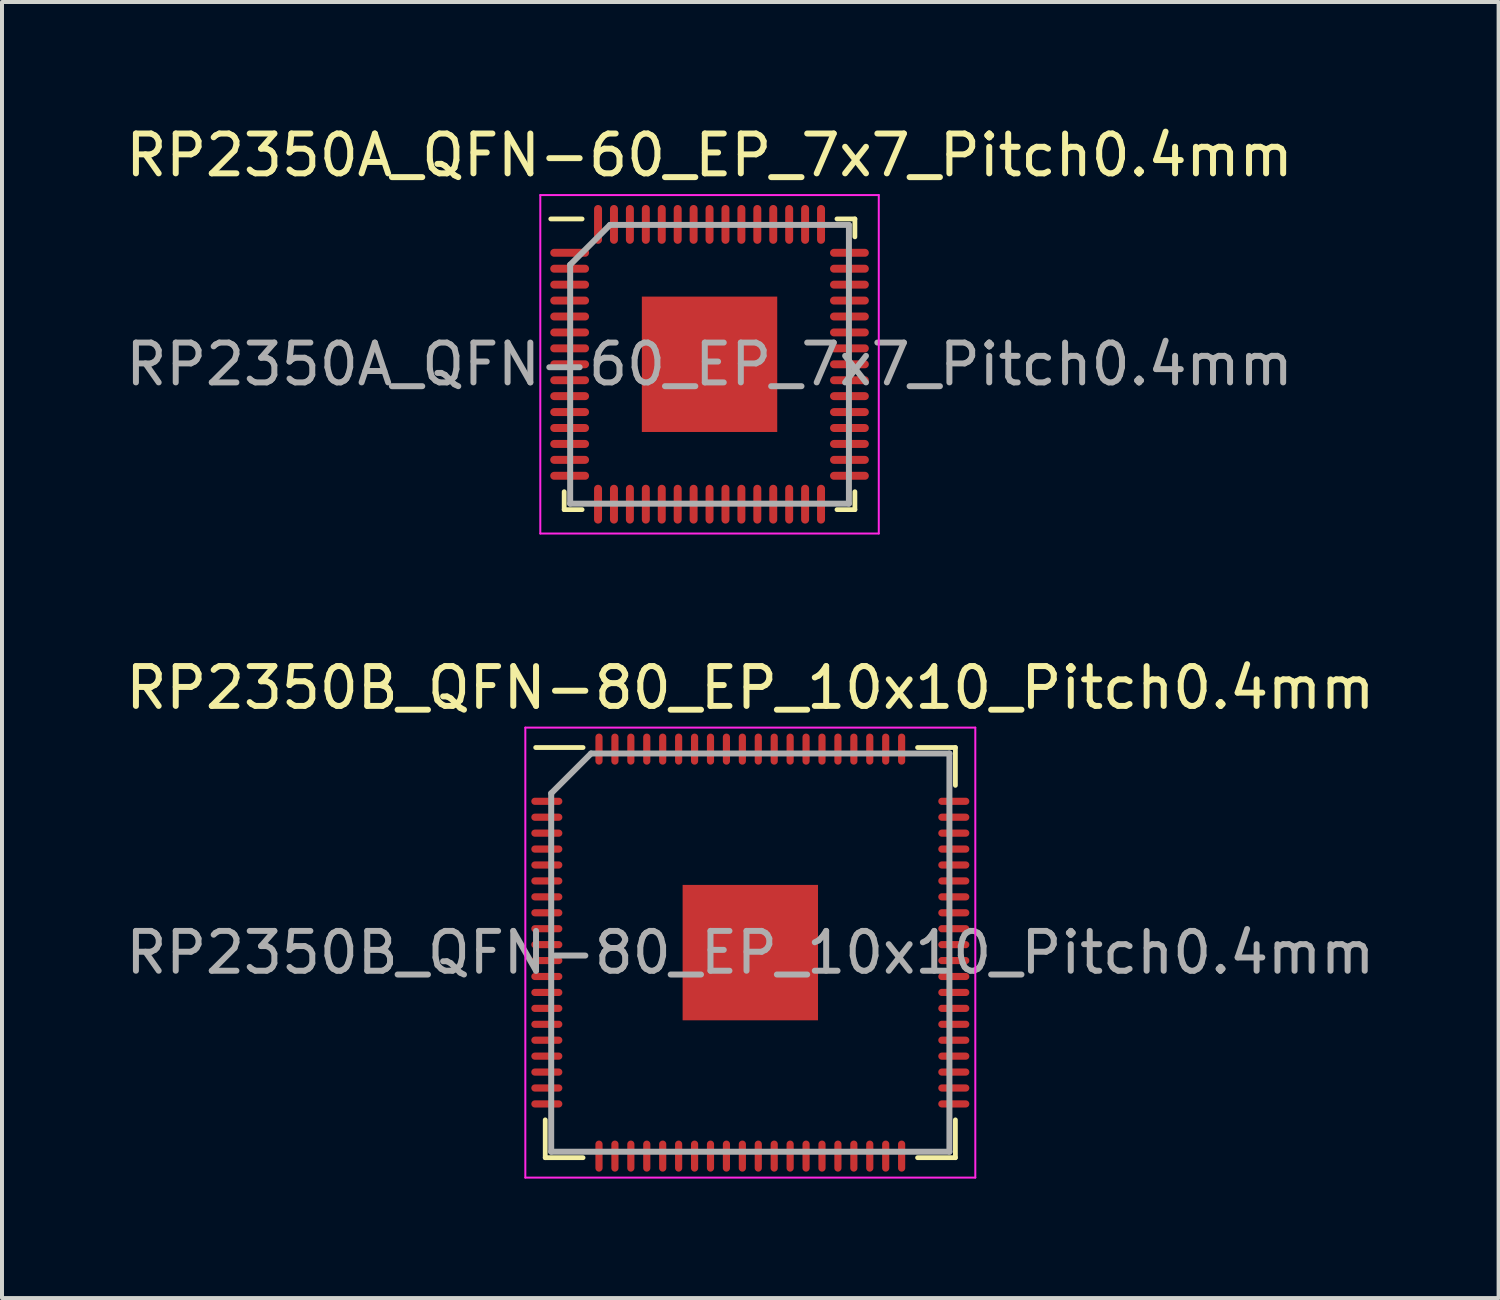
<source format=kicad_pcb>
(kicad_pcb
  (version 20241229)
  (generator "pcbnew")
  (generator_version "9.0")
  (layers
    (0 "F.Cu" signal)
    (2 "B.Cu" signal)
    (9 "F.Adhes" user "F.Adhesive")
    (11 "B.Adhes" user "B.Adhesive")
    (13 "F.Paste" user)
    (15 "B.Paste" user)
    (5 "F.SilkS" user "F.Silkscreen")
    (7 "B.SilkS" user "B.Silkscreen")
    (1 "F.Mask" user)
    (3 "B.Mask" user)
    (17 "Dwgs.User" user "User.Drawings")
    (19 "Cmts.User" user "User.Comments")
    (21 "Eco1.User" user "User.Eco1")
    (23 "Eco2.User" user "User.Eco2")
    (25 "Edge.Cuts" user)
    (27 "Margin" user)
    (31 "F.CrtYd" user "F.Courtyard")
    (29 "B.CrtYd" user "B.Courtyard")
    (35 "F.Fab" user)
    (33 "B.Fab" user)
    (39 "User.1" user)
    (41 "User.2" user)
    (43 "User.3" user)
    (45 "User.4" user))
  (footprint "RP2350A_QFN-60_EP_7x7_Pitch0.4mm"
    (layer "F.Cu")
    (at 14.768 6.098)
    (property "Reference" "RP2350A_QFN-60_EP_7x7_Pitch0.4mm" (at 0 -5.25 0) (layer "F.SilkS") (effects (font (size 1 1) (thickness 0.15))))
    (attr smd)
    (fp_line (start -3.65 3.65) (end -3.65 3.2) (stroke (width 0.12) (type default)) (layer "F.SilkS"))
    (fp_line (start -3.2 -3.65) (end -3.987 -3.65) (stroke (width 0.12) (type default)) (layer "F.SilkS"))
    (fp_line (start -3.2 3.65) (end -3.65 3.65) (stroke (width 0.12) (type default)) (layer "F.SilkS"))
    (fp_line (start 3.2 -3.65) (end 3.65 -3.65) (stroke (width 0.12) (type default)) (layer "F.SilkS"))
    (fp_line (start 3.2 3.65) (end 3.65 3.65) (stroke (width 0.12) (type default)) (layer "F.SilkS"))
    (fp_line (start 3.65 -3.65) (end 3.65 -3.2) (stroke (width 0.12) (type default)) (layer "F.SilkS"))
    (fp_line (start 3.65 3.65) (end 3.65 3.2) (stroke (width 0.12) (type default)) (layer "F.SilkS"))
    (fp_line (start -4.25 -4.25) (end 4.25 -4.25) (stroke (width 0.05) (type default)) (layer "F.CrtYd"))
    (fp_line (start -4.25 4.25) (end -4.25 -4.25) (stroke (width 0.05) (type default)) (layer "F.CrtYd"))
    (fp_line (start 4.25 -4.25) (end 4.25 4.25) (stroke (width 0.05) (type default)) (layer "F.CrtYd"))
    (fp_line (start 4.25 4.25) (end -4.25 4.25) (stroke (width 0.05) (type default)) (layer "F.CrtYd"))
    (fp_line (start -3.5 -2.5) (end -3.5 3.5) (stroke (width 0.15) (type default)) (layer "F.Fab"))
    (fp_line (start -3.5 3.5) (end 3.5 3.5) (stroke (width 0.15) (type default)) (layer "F.Fab"))
    (fp_line (start -2.5 -3.5) (end -3.5 -2.5) (stroke (width 0.15) (type default)) (layer "F.Fab"))
    (fp_line (start 3.5 -3.5) (end -2.5 -3.5) (stroke (width 0.15) (type default)) (layer "F.Fab"))
    (fp_line (start 3.5 3.5) (end 3.5 -3.5) (stroke (width 0.15) (type default)) (layer "F.Fab"))
    (fp_text user "${REFERENCE}" (at 0 0 0) (layer "F.Fab") (effects (font (size 1 1) (thickness 0.15))))
    (pad "" smd rect (at -1.275 -1.275) (size 0.1 0.1) (layers "F.Paste"))
    (pad "" smd rect (at -1.275 -0.425) (size 0.1 0.1) (layers "F.Paste"))
    (pad "" smd rect (at -1.275 0.425) (size 0.1 0.1) (layers "F.Paste"))
    (pad "" smd rect (at -1.275 1.275) (size 0.1 0.1) (layers "F.Paste"))
    (pad "" smd rect (at -0.425 -1.275) (size 0.1 0.1) (layers "F.Paste"))
    (pad "" smd rect (at -0.425 -0.425) (size 0.1 0.1) (layers "F.Paste"))
    (pad "" smd rect (at -0.425 0.425) (size 0.1 0.1) (layers "F.Paste"))
    (pad "" smd rect (at -0.425 1.275) (size 0.1 0.1) (layers "F.Paste"))
    (pad "" smd rect (at 0.425 -1.275) (size 0.1 0.1) (layers "F.Paste"))
    (pad "" smd rect (at 0.425 -0.425) (size 0.1 0.1) (layers "F.Paste"))
    (pad "" smd rect (at 0.425 0.425) (size 0.1 0.1) (layers "F.Paste"))
    (pad "" smd rect (at 0.425 1.275) (size 0.1 0.1) (layers "F.Paste"))
    (pad "" smd rect (at 1.275 -1.275) (size 0.1 0.1) (layers "F.Paste"))
    (pad "" smd rect (at 1.275 -0.425) (size 0.1 0.1) (layers "F.Paste"))
    (pad "" smd rect (at 1.275 0.425) (size 0.1 0.1) (layers "F.Paste"))
    (pad "" smd rect (at 1.275 1.275) (size 0.1 0.1) (layers "F.Paste"))
    (pad "1" smd oval (at -3.513 -2.8 90) (size 0.2 0.975) (layers "F.Cu" "F.Mask" "F.Paste"))
    (pad "2" smd oval (at -3.513 -2.4 90) (size 0.2 0.975) (layers "F.Cu" "F.Mask" "F.Paste"))
    (pad "3" smd oval (at -3.513 -2 90) (size 0.2 0.975) (layers "F.Cu" "F.Mask" "F.Paste"))
    (pad "4" smd oval (at -3.513 -1.6 90) (size 0.2 0.975) (layers "F.Cu" "F.Mask" "F.Paste"))
    (pad "5" smd oval (at -3.513 -1.2 90) (size 0.2 0.975) (layers "F.Cu" "F.Mask" "F.Paste"))
    (pad "6" smd oval (at -3.513 -0.8 90) (size 0.2 0.975) (layers "F.Cu" "F.Mask" "F.Paste"))
    (pad "7" smd oval (at -3.513 -0.4 90) (size 0.2 0.975) (layers "F.Cu" "F.Mask" "F.Paste"))
    (pad "8" smd oval (at -3.513 0 90) (size 0.2 0.975) (layers "F.Cu" "F.Mask" "F.Paste"))
    (pad "9" smd oval (at -3.513 0.4 90) (size 0.2 0.975) (layers "F.Cu" "F.Mask" "F.Paste"))
    (pad "10" smd oval (at -3.513 0.8 90) (size 0.2 0.975) (layers "F.Cu" "F.Mask" "F.Paste"))
    (pad "11" smd oval (at -3.513 1.2 90) (size 0.2 0.975) (layers "F.Cu" "F.Mask" "F.Paste"))
    (pad "12" smd oval (at -3.513 1.6 90) (size 0.2 0.975) (layers "F.Cu" "F.Mask" "F.Paste"))
    (pad "13" smd oval (at -3.513 2 90) (size 0.2 0.975) (layers "F.Cu" "F.Mask" "F.Paste"))
    (pad "14" smd oval (at -3.513 2.4 90) (size 0.2 0.975) (layers "F.Cu" "F.Mask" "F.Paste"))
    (pad "15" smd oval (at -3.513 2.8 90) (size 0.2 0.975) (layers "F.Cu" "F.Mask" "F.Paste"))
    (pad "16" smd oval (at -2.8 3.513) (size 0.2 0.975) (layers "F.Cu" "F.Mask" "F.Paste"))
    (pad "17" smd oval (at -2.4 3.513) (size 0.2 0.975) (layers "F.Cu" "F.Mask" "F.Paste"))
    (pad "18" smd oval (at -2 3.513) (size 0.2 0.975) (layers "F.Cu" "F.Mask" "F.Paste"))
    (pad "19" smd oval (at -1.6 3.513) (size 0.2 0.975) (layers "F.Cu" "F.Mask" "F.Paste"))
    (pad "20" smd oval (at -1.2 3.513) (size 0.2 0.975) (layers "F.Cu" "F.Mask" "F.Paste"))
    (pad "21" smd oval (at -0.8 3.513) (size 0.2 0.975) (layers "F.Cu" "F.Mask" "F.Paste"))
    (pad "22" smd oval (at -0.4 3.513) (size 0.2 0.975) (layers "F.Cu" "F.Mask" "F.Paste"))
    (pad "23" smd oval (at 0 3.513) (size 0.2 0.975) (layers "F.Cu" "F.Mask" "F.Paste"))
    (pad "24" smd oval (at 0.4 3.513) (size 0.2 0.975) (layers "F.Cu" "F.Mask" "F.Paste"))
    (pad "25" smd oval (at 0.8 3.513) (size 0.2 0.975) (layers "F.Cu" "F.Mask" "F.Paste"))
    (pad "26" smd oval (at 1.2 3.513) (size 0.2 0.975) (layers "F.Cu" "F.Mask" "F.Paste"))
    (pad "27" smd oval (at 1.6 3.513) (size 0.2 0.975) (layers "F.Cu" "F.Mask" "F.Paste"))
    (pad "28" smd oval (at 2 3.513) (size 0.2 0.975) (layers "F.Cu" "F.Mask" "F.Paste"))
    (pad "29" smd oval (at 2.4 3.513) (size 0.2 0.975) (layers "F.Cu" "F.Mask" "F.Paste"))
    (pad "30" smd oval (at 2.8 3.513) (size 0.2 0.975) (layers "F.Cu" "F.Mask" "F.Paste"))
    (pad "31" smd oval (at 3.513 2.8 90) (size 0.2 0.975) (layers "F.Cu" "F.Mask" "F.Paste"))
    (pad "32" smd oval (at 3.513 2.4 90) (size 0.2 0.975) (layers "F.Cu" "F.Mask" "F.Paste"))
    (pad "33" smd oval (at 3.513 2 90) (size 0.2 0.975) (layers "F.Cu" "F.Mask" "F.Paste"))
    (pad "34" smd oval (at 3.513 1.6 90) (size 0.2 0.975) (layers "F.Cu" "F.Mask" "F.Paste"))
    (pad "35" smd oval (at 3.513 1.2 90) (size 0.2 0.975) (layers "F.Cu" "F.Mask" "F.Paste"))
    (pad "36" smd oval (at 3.513 0.8 90) (size 0.2 0.975) (layers "F.Cu" "F.Mask" "F.Paste"))
    (pad "37" smd oval (at 3.513 0.4 90) (size 0.2 0.975) (layers "F.Cu" "F.Mask" "F.Paste"))
    (pad "38" smd oval (at 3.513 0 90) (size 0.2 0.975) (layers "F.Cu" "F.Mask" "F.Paste"))
    (pad "39" smd oval (at 3.513 -0.4 90) (size 0.2 0.975) (layers "F.Cu" "F.Mask" "F.Paste"))
    (pad "40" smd oval (at 3.513 -0.8 90) (size 0.2 0.975) (layers "F.Cu" "F.Mask" "F.Paste"))
    (pad "41" smd oval (at 3.513 -1.2 90) (size 0.2 0.975) (layers "F.Cu" "F.Mask" "F.Paste"))
    (pad "42" smd oval (at 3.513 -1.6 90) (size 0.2 0.975) (layers "F.Cu" "F.Mask" "F.Paste"))
    (pad "43" smd oval (at 3.513 -2 90) (size 0.2 0.975) (layers "F.Cu" "F.Mask" "F.Paste"))
    (pad "44" smd oval (at 3.513 -2.4 90) (size 0.2 0.975) (layers "F.Cu" "F.Mask" "F.Paste"))
    (pad "45" smd oval (at 3.513 -2.8 90) (size 0.2 0.975) (layers "F.Cu" "F.Mask" "F.Paste"))
    (pad "46" smd oval (at 2.8 -3.513) (size 0.2 0.975) (layers "F.Cu" "F.Mask" "F.Paste"))
    (pad "47" smd oval (at 2.4 -3.513) (size 0.2 0.975) (layers "F.Cu" "F.Mask" "F.Paste"))
    (pad "48" smd oval (at 2 -3.513) (size 0.2 0.975) (layers "F.Cu" "F.Mask" "F.Paste"))
    (pad "49" smd oval (at 1.6 -3.513) (size 0.2 0.975) (layers "F.Cu" "F.Mask" "F.Paste"))
    (pad "50" smd oval (at 1.2 -3.513) (size 0.2 0.975) (layers "F.Cu" "F.Mask" "F.Paste"))
    (pad "51" smd oval (at 0.8 -3.513) (size 0.2 0.975) (layers "F.Cu" "F.Mask" "F.Paste"))
    (pad "52" smd oval (at 0.4 -3.513) (size 0.2 0.975) (layers "F.Cu" "F.Mask" "F.Paste"))
    (pad "53" smd oval (at 0 -3.513) (size 0.2 0.975) (layers "F.Cu" "F.Mask" "F.Paste"))
    (pad "54" smd oval (at -0.4 -3.513) (size 0.2 0.975) (layers "F.Cu" "F.Mask" "F.Paste"))
    (pad "55" smd oval (at -0.8 -3.513) (size 0.2 0.975) (layers "F.Cu" "F.Mask" "F.Paste"))
    (pad "56" smd oval (at -1.2 -3.513) (size 0.2 0.975) (layers "F.Cu" "F.Mask" "F.Paste"))
    (pad "57" smd oval (at -1.6 -3.513) (size 0.2 0.975) (layers "F.Cu" "F.Mask" "F.Paste"))
    (pad "58" smd oval (at -2 -3.513) (size 0.2 0.975) (layers "F.Cu" "F.Mask" "F.Paste"))
    (pad "59" smd oval (at -2.4 -3.513) (size 0.2 0.975) (layers "F.Cu" "F.Mask" "F.Paste"))
    (pad "60" smd oval (at -2.8 -3.513) (size 0.2 0.975) (layers "F.Cu" "F.Mask" "F.Paste"))
    (pad "61" smd rect (at 0 0) (size 3.4 3.4) (layers "F.Cu" "F.Mask")))
  (footprint "RP2350B_QFN-80_EP_10x10_Pitch0.4mm"
    (layer "F.Cu")
    (at 15.792 20.872)
    (property "Reference" "RP2350B_QFN-80_EP_10x10_Pitch0.4mm" (at 0 -6.65 0) (layer "F.SilkS") (effects (font (size 1 1) (thickness 0.15))))
    (attr smd)
    (fp_line (start -5.15 5.15) (end -5.15 4.2) (stroke (width 0.12) (type default)) (layer "F.SilkS"))
    (fp_line (start -4.2 -5.15) (end -5.39 -5.15) (stroke (width 0.12) (type default)) (layer "F.SilkS"))
    (fp_line (start -4.2 5.15) (end -5.15 5.15) (stroke (width 0.12) (type default)) (layer "F.SilkS"))
    (fp_line (start 4.2 -5.15) (end 5.15 -5.15) (stroke (width 0.12) (type default)) (layer "F.SilkS"))
    (fp_line (start 4.2 5.15) (end 5.15 5.15) (stroke (width 0.12) (type default)) (layer "F.SilkS"))
    (fp_line (start 5.15 -5.15) (end 5.15 -4.2) (stroke (width 0.12) (type default)) (layer "F.SilkS"))
    (fp_line (start 5.15 5.15) (end 5.15 4.2) (stroke (width 0.12) (type default)) (layer "F.SilkS"))
    (fp_line (start -5.65 -5.65) (end 5.65 -5.65) (stroke (width 0.05) (type default)) (layer "F.CrtYd"))
    (fp_line (start -5.65 5.65) (end -5.65 -5.65) (stroke (width 0.05) (type default)) (layer "F.CrtYd"))
    (fp_line (start 5.65 -5.65) (end 5.65 5.65) (stroke (width 0.05) (type default)) (layer "F.CrtYd"))
    (fp_line (start 5.65 5.65) (end -5.65 5.65) (stroke (width 0.05) (type default)) (layer "F.CrtYd"))
    (fp_line (start -5 -4) (end -5 5) (stroke (width 0.15) (type default)) (layer "F.Fab"))
    (fp_line (start -5 5) (end 5 5) (stroke (width 0.15) (type default)) (layer "F.Fab"))
    (fp_line (start -4 -5) (end -5 -4) (stroke (width 0.15) (type default)) (layer "F.Fab"))
    (fp_line (start 5 -5) (end -4 -5) (stroke (width 0.15) (type default)) (layer "F.Fab"))
    (fp_line (start 5 5) (end 5 -5) (stroke (width 0.15) (type default)) (layer "F.Fab"))
    (fp_text user "${REFERENCE}" (at 0 0 0) (layer "F.Fab") (effects (font (size 1 1) (thickness 0.15))))
    (pad "" smd rect (at -1.275 -1.275) (size 0.1 0.1) (layers "F.Paste"))
    (pad "" smd rect (at -1.275 -0.425) (size 0.1 0.1) (layers "F.Paste"))
    (pad "" smd rect (at -1.275 0.425) (size 0.1 0.1) (layers "F.Paste"))
    (pad "" smd rect (at -1.275 1.275) (size 0.1 0.1) (layers "F.Paste"))
    (pad "" smd rect (at -0.425 -1.275) (size 0.1 0.1) (layers "F.Paste"))
    (pad "" smd rect (at -0.425 -0.425) (size 0.1 0.1) (layers "F.Paste"))
    (pad "" smd rect (at -0.425 0.425) (size 0.1 0.1) (layers "F.Paste"))
    (pad "" smd rect (at -0.425 1.275) (size 0.1 0.1) (layers "F.Paste"))
    (pad "" smd rect (at 0.425 -1.275) (size 0.1 0.1) (layers "F.Paste"))
    (pad "" smd rect (at 0.425 -0.425) (size 0.1 0.1) (layers "F.Paste"))
    (pad "" smd rect (at 0.425 0.425) (size 0.1 0.1) (layers "F.Paste"))
    (pad "" smd rect (at 0.425 1.275) (size 0.1 0.1) (layers "F.Paste"))
    (pad "" smd rect (at 1.275 -1.275) (size 0.1 0.1) (layers "F.Paste"))
    (pad "" smd rect (at 1.275 -0.425) (size 0.1 0.1) (layers "F.Paste"))
    (pad "" smd rect (at 1.275 0.425) (size 0.1 0.1) (layers "F.Paste"))
    (pad "" smd rect (at 1.275 1.275) (size 0.1 0.1) (layers "F.Paste"))
    (pad "1" smd oval (at -5.11 -3.8 90) (size 0.18 0.78) (layers "F.Cu" "F.Mask" "F.Paste"))
    (pad "2" smd oval (at -5.11 -3.4 90) (size 0.18 0.78) (layers "F.Cu" "F.Mask" "F.Paste"))
    (pad "3" smd oval (at -5.11 -3 90) (size 0.18 0.78) (layers "F.Cu" "F.Mask" "F.Paste"))
    (pad "4" smd oval (at -5.11 -2.6 90) (size 0.18 0.78) (layers "F.Cu" "F.Mask" "F.Paste"))
    (pad "5" smd oval (at -5.11 -2.2 90) (size 0.18 0.78) (layers "F.Cu" "F.Mask" "F.Paste"))
    (pad "6" smd oval (at -5.11 -1.8 90) (size 0.18 0.78) (layers "F.Cu" "F.Mask" "F.Paste"))
    (pad "7" smd oval (at -5.11 -1.4 90) (size 0.18 0.78) (layers "F.Cu" "F.Mask" "F.Paste"))
    (pad "8" smd oval (at -5.11 -1 90) (size 0.18 0.78) (layers "F.Cu" "F.Mask" "F.Paste"))
    (pad "9" smd oval (at -5.11 -0.6 90) (size 0.18 0.78) (layers "F.Cu" "F.Mask" "F.Paste"))
    (pad "10" smd oval (at -5.11 -0.2 90) (size 0.18 0.78) (layers "F.Cu" "F.Mask" "F.Paste"))
    (pad "11" smd oval (at -5.11 0.2 90) (size 0.18 0.78) (layers "F.Cu" "F.Mask" "F.Paste"))
    (pad "12" smd oval (at -5.11 0.6 90) (size 0.18 0.78) (layers "F.Cu" "F.Mask" "F.Paste"))
    (pad "13" smd oval (at -5.11 1 90) (size 0.18 0.78) (layers "F.Cu" "F.Mask" "F.Paste"))
    (pad "14" smd oval (at -5.11 1.4 90) (size 0.18 0.78) (layers "F.Cu" "F.Mask" "F.Paste"))
    (pad "15" smd oval (at -5.11 1.8 90) (size 0.18 0.78) (layers "F.Cu" "F.Mask" "F.Paste"))
    (pad "16" smd oval (at -5.11 2.2 90) (size 0.18 0.78) (layers "F.Cu" "F.Mask" "F.Paste"))
    (pad "17" smd oval (at -5.11 2.6 90) (size 0.18 0.78) (layers "F.Cu" "F.Mask" "F.Paste"))
    (pad "18" smd oval (at -5.11 3 90) (size 0.18 0.78) (layers "F.Cu" "F.Mask" "F.Paste"))
    (pad "19" smd oval (at -5.11 3.4 90) (size 0.18 0.78) (layers "F.Cu" "F.Mask" "F.Paste"))
    (pad "20" smd oval (at -5.11 3.8 90) (size 0.18 0.78) (layers "F.Cu" "F.Mask" "F.Paste"))
    (pad "21" smd oval (at -3.8 5.11) (size 0.18 0.78) (layers "F.Cu" "F.Mask" "F.Paste"))
    (pad "22" smd oval (at -3.4 5.11) (size 0.18 0.78) (layers "F.Cu" "F.Mask" "F.Paste"))
    (pad "23" smd oval (at -3 5.11) (size 0.18 0.78) (layers "F.Cu" "F.Mask" "F.Paste"))
    (pad "24" smd oval (at -2.6 5.11) (size 0.18 0.78) (layers "F.Cu" "F.Mask" "F.Paste"))
    (pad "25" smd oval (at -2.2 5.11) (size 0.18 0.78) (layers "F.Cu" "F.Mask" "F.Paste"))
    (pad "26" smd oval (at -1.8 5.11) (size 0.18 0.78) (layers "F.Cu" "F.Mask" "F.Paste"))
    (pad "27" smd oval (at -1.4 5.11) (size 0.18 0.78) (layers "F.Cu" "F.Mask" "F.Paste"))
    (pad "28" smd oval (at -1 5.11) (size 0.18 0.78) (layers "F.Cu" "F.Mask" "F.Paste"))
    (pad "29" smd oval (at -0.6 5.11) (size 0.18 0.78) (layers "F.Cu" "F.Mask" "F.Paste"))
    (pad "30" smd oval (at -0.2 5.11) (size 0.18 0.78) (layers "F.Cu" "F.Mask" "F.Paste"))
    (pad "31" smd oval (at 0.2 5.11) (size 0.18 0.78) (layers "F.Cu" "F.Mask" "F.Paste"))
    (pad "32" smd oval (at 0.6 5.11) (size 0.18 0.78) (layers "F.Cu" "F.Mask" "F.Paste"))
    (pad "33" smd oval (at 1 5.11) (size 0.18 0.78) (layers "F.Cu" "F.Mask" "F.Paste"))
    (pad "34" smd oval (at 1.4 5.11) (size 0.18 0.78) (layers "F.Cu" "F.Mask" "F.Paste"))
    (pad "35" smd oval (at 1.8 5.11) (size 0.18 0.78) (layers "F.Cu" "F.Mask" "F.Paste"))
    (pad "36" smd oval (at 2.2 5.11) (size 0.18 0.78) (layers "F.Cu" "F.Mask" "F.Paste"))
    (pad "37" smd oval (at 2.6 5.11) (size 0.18 0.78) (layers "F.Cu" "F.Mask" "F.Paste"))
    (pad "38" smd oval (at 3 5.11) (size 0.18 0.78) (layers "F.Cu" "F.Mask" "F.Paste"))
    (pad "39" smd oval (at 3.4 5.11) (size 0.18 0.78) (layers "F.Cu" "F.Mask" "F.Paste"))
    (pad "40" smd oval (at 3.8 5.11) (size 0.18 0.78) (layers "F.Cu" "F.Mask" "F.Paste"))
    (pad "41" smd oval (at 5.11 3.8 90) (size 0.18 0.78) (layers "F.Cu" "F.Mask" "F.Paste"))
    (pad "42" smd oval (at 5.11 3.4 90) (size 0.18 0.78) (layers "F.Cu" "F.Mask" "F.Paste"))
    (pad "43" smd oval (at 5.11 3 90) (size 0.18 0.78) (layers "F.Cu" "F.Mask" "F.Paste"))
    (pad "44" smd oval (at 5.11 2.6 90) (size 0.18 0.78) (layers "F.Cu" "F.Mask" "F.Paste"))
    (pad "45" smd oval (at 5.11 2.2 90) (size 0.18 0.78) (layers "F.Cu" "F.Mask" "F.Paste"))
    (pad "46" smd oval (at 5.11 1.8 90) (size 0.18 0.78) (layers "F.Cu" "F.Mask" "F.Paste"))
    (pad "47" smd oval (at 5.11 1.4 90) (size 0.18 0.78) (layers "F.Cu" "F.Mask" "F.Paste"))
    (pad "48" smd oval (at 5.11 1 90) (size 0.18 0.78) (layers "F.Cu" "F.Mask" "F.Paste"))
    (pad "49" smd oval (at 5.11 0.6 90) (size 0.18 0.78) (layers "F.Cu" "F.Mask" "F.Paste"))
    (pad "50" smd oval (at 5.11 0.2 90) (size 0.18 0.78) (layers "F.Cu" "F.Mask" "F.Paste"))
    (pad "51" smd oval (at 5.11 -0.2 90) (size 0.18 0.78) (layers "F.Cu" "F.Mask" "F.Paste"))
    (pad "52" smd oval (at 5.11 -0.6 90) (size 0.18 0.78) (layers "F.Cu" "F.Mask" "F.Paste"))
    (pad "53" smd oval (at 5.11 -1 90) (size 0.18 0.78) (layers "F.Cu" "F.Mask" "F.Paste"))
    (pad "54" smd oval (at 5.11 -1.4 90) (size 0.18 0.78) (layers "F.Cu" "F.Mask" "F.Paste"))
    (pad "55" smd oval (at 5.11 -1.8 90) (size 0.18 0.78) (layers "F.Cu" "F.Mask" "F.Paste"))
    (pad "56" smd oval (at 5.11 -2.2 90) (size 0.18 0.78) (layers "F.Cu" "F.Mask" "F.Paste"))
    (pad "57" smd oval (at 5.11 -2.6 90) (size 0.18 0.78) (layers "F.Cu" "F.Mask" "F.Paste"))
    (pad "58" smd oval (at 5.11 -3 90) (size 0.18 0.78) (layers "F.Cu" "F.Mask" "F.Paste"))
    (pad "59" smd oval (at 5.11 -3.4 90) (size 0.18 0.78) (layers "F.Cu" "F.Mask" "F.Paste"))
    (pad "60" smd oval (at 5.11 -3.8 90) (size 0.18 0.78) (layers "F.Cu" "F.Mask" "F.Paste"))
    (pad "61" smd oval (at 3.8 -5.11) (size 0.18 0.78) (layers "F.Cu" "F.Mask" "F.Paste"))
    (pad "62" smd oval (at 3.4 -5.11) (size 0.18 0.78) (layers "F.Cu" "F.Mask" "F.Paste"))
    (pad "63" smd oval (at 3 -5.11) (size 0.18 0.78) (layers "F.Cu" "F.Mask" "F.Paste"))
    (pad "64" smd oval (at 2.6 -5.11) (size 0.18 0.78) (layers "F.Cu" "F.Mask" "F.Paste"))
    (pad "65" smd oval (at 2.2 -5.11) (size 0.18 0.78) (layers "F.Cu" "F.Mask" "F.Paste"))
    (pad "66" smd oval (at 1.8 -5.11) (size 0.18 0.78) (layers "F.Cu" "F.Mask" "F.Paste"))
    (pad "67" smd oval (at 1.4 -5.11) (size 0.18 0.78) (layers "F.Cu" "F.Mask" "F.Paste"))
    (pad "68" smd oval (at 1 -5.11) (size 0.18 0.78) (layers "F.Cu" "F.Mask" "F.Paste"))
    (pad "69" smd oval (at 0.6 -5.11) (size 0.18 0.78) (layers "F.Cu" "F.Mask" "F.Paste"))
    (pad "70" smd oval (at 0.2 -5.11) (size 0.18 0.78) (layers "F.Cu" "F.Mask" "F.Paste"))
    (pad "71" smd oval (at -0.2 -5.11) (size 0.18 0.78) (layers "F.Cu" "F.Mask" "F.Paste"))
    (pad "72" smd oval (at -0.6 -5.11) (size 0.18 0.78) (layers "F.Cu" "F.Mask" "F.Paste"))
    (pad "73" smd oval (at -1 -5.11) (size 0.18 0.78) (layers "F.Cu" "F.Mask" "F.Paste"))
    (pad "74" smd oval (at -1.4 -5.11) (size 0.18 0.78) (layers "F.Cu" "F.Mask" "F.Paste"))
    (pad "75" smd oval (at -1.8 -5.11) (size 0.18 0.78) (layers "F.Cu" "F.Mask" "F.Paste"))
    (pad "76" smd oval (at -2.2 -5.11) (size 0.18 0.78) (layers "F.Cu" "F.Mask" "F.Paste"))
    (pad "77" smd oval (at -2.6 -5.11) (size 0.18 0.78) (layers "F.Cu" "F.Mask" "F.Paste"))
    (pad "78" smd oval (at -3 -5.11) (size 0.18 0.78) (layers "F.Cu" "F.Mask" "F.Paste"))
    (pad "79" smd oval (at -3.4 -5.11) (size 0.18 0.78) (layers "F.Cu" "F.Mask" "F.Paste"))
    (pad "80" smd oval (at -3.8 -5.11) (size 0.18 0.78) (layers "F.Cu" "F.Mask" "F.Paste"))
    (pad "81" smd rect (at 0 0) (size 3.4 3.4) (layers "F.Cu" "F.Mask")))
  (gr_rect
    (start -3 -3)
    (end 34.583 29.547)
    (stroke (width 0.1) (type default))
    (fill no)
    (layer "Edge.Cuts")))
</source>
